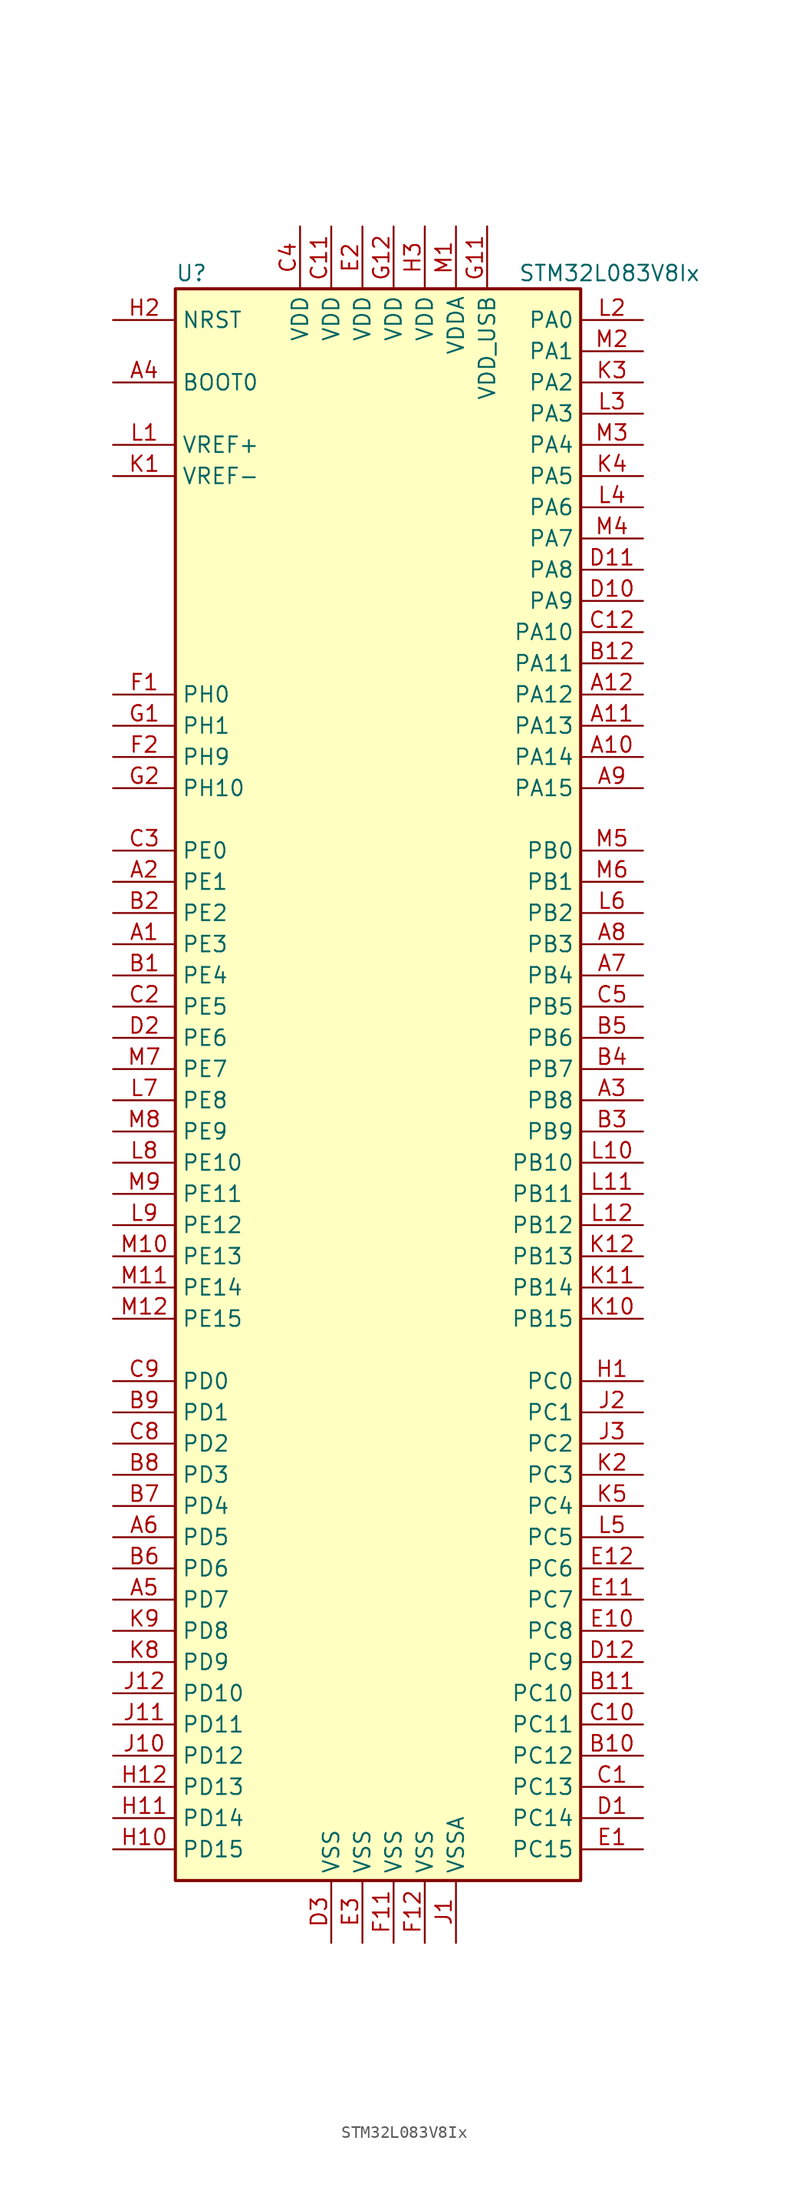
<source format=kicad_sym>
(kicad_symbol_lib
  (version 20201005)
  (generator kicad_symbol_editor)
  (symbol "MCU_ST_STM32L0:STM32L083V8Ix"
    (property "Reference" "U"
      (at -17.78 64.77 0)
      (effects (font (size 1.27 1.27)) (justify left)))
    (property "Value" "STM32L083V8Ix"
      (at 10.16 64.77 0)
      (effects (font (size 1.27 1.27)) (justify left)))
    (symbol "STM32L083V8Ix_0_1"
      (rectangle (start -17.78 -66.04) (end 15.24 63.5) (stroke (width 0.254)) (fill (type background))))
    (symbol "STM32L083V8Ix_1_1"
      (pin input line (at -22.86 55.88 0) (length 5.08) (name "BOOT0" (effects (font (size 1.27 1.27)))) (number "A4" (effects (font (size 1.27 1.27)))))
      (pin input line (at -22.86 60.96 0) (length 5.08) (name "NRST" (effects (font (size 1.27 1.27)))) (number "H2" (effects (font (size 1.27 1.27)))))
      (pin bidirectional line (at 20.32 60.96 180) (length 5.08) (name "PA0" (effects (font (size 1.27 1.27)))) (number "L2" (effects (font (size 1.27 1.27)))))
      (pin bidirectional line (at 20.32 58.42 180) (length 5.08) (name "PA1" (effects (font (size 1.27 1.27)))) (number "M2" (effects (font (size 1.27 1.27)))))
      (pin bidirectional line (at 20.32 35.56 180) (length 5.08) (name "PA10" (effects (font (size 1.27 1.27)))) (number "C12" (effects (font (size 1.27 1.27)))))
      (pin bidirectional line (at 20.32 33.02 180) (length 5.08) (name "PA11" (effects (font (size 1.27 1.27)))) (number "B12" (effects (font (size 1.27 1.27)))))
      (pin bidirectional line (at 20.32 30.48 180) (length 5.08) (name "PA12" (effects (font (size 1.27 1.27)))) (number "A12" (effects (font (size 1.27 1.27)))))
      (pin bidirectional line (at 20.32 27.94 180) (length 5.08) (name "PA13" (effects (font (size 1.27 1.27)))) (number "A11" (effects (font (size 1.27 1.27)))))
      (pin bidirectional line (at 20.32 25.4 180) (length 5.08) (name "PA14" (effects (font (size 1.27 1.27)))) (number "A10" (effects (font (size 1.27 1.27)))))
      (pin bidirectional line (at 20.32 22.86 180) (length 5.08) (name "PA15" (effects (font (size 1.27 1.27)))) (number "A9" (effects (font (size 1.27 1.27)))))
      (pin bidirectional line (at 20.32 55.88 180) (length 5.08) (name "PA2" (effects (font (size 1.27 1.27)))) (number "K3" (effects (font (size 1.27 1.27)))))
      (pin bidirectional line (at 20.32 53.34 180) (length 5.08) (name "PA3" (effects (font (size 1.27 1.27)))) (number "L3" (effects (font (size 1.27 1.27)))))
      (pin bidirectional line (at 20.32 50.8 180) (length 5.08) (name "PA4" (effects (font (size 1.27 1.27)))) (number "M3" (effects (font (size 1.27 1.27)))))
      (pin bidirectional line (at 20.32 48.26 180) (length 5.08) (name "PA5" (effects (font (size 1.27 1.27)))) (number "K4" (effects (font (size 1.27 1.27)))))
      (pin bidirectional line (at 20.32 45.72 180) (length 5.08) (name "PA6" (effects (font (size 1.27 1.27)))) (number "L4" (effects (font (size 1.27 1.27)))))
      (pin bidirectional line (at 20.32 43.18 180) (length 5.08) (name "PA7" (effects (font (size 1.27 1.27)))) (number "M4" (effects (font (size 1.27 1.27)))))
      (pin bidirectional line (at 20.32 40.64 180) (length 5.08) (name "PA8" (effects (font (size 1.27 1.27)))) (number "D11" (effects (font (size 1.27 1.27)))))
      (pin bidirectional line (at 20.32 38.1 180) (length 5.08) (name "PA9" (effects (font (size 1.27 1.27)))) (number "D10" (effects (font (size 1.27 1.27)))))
      (pin bidirectional line (at 20.32 17.78 180) (length 5.08) (name "PB0" (effects (font (size 1.27 1.27)))) (number "M5" (effects (font (size 1.27 1.27)))))
      (pin bidirectional line (at 20.32 15.24 180) (length 5.08) (name "PB1" (effects (font (size 1.27 1.27)))) (number "M6" (effects (font (size 1.27 1.27)))))
      (pin bidirectional line (at 20.32 -7.62 180) (length 5.08) (name "PB10" (effects (font (size 1.27 1.27)))) (number "L10" (effects (font (size 1.27 1.27)))))
      (pin bidirectional line (at 20.32 -10.16 180) (length 5.08) (name "PB11" (effects (font (size 1.27 1.27)))) (number "L11" (effects (font (size 1.27 1.27)))))
      (pin bidirectional line (at 20.32 -12.7 180) (length 5.08) (name "PB12" (effects (font (size 1.27 1.27)))) (number "L12" (effects (font (size 1.27 1.27)))))
      (pin bidirectional line (at 20.32 -15.24 180) (length 5.08) (name "PB13" (effects (font (size 1.27 1.27)))) (number "K12" (effects (font (size 1.27 1.27)))))
      (pin bidirectional line (at 20.32 -17.78 180) (length 5.08) (name "PB14" (effects (font (size 1.27 1.27)))) (number "K11" (effects (font (size 1.27 1.27)))))
      (pin bidirectional line (at 20.32 -20.32 180) (length 5.08) (name "PB15" (effects (font (size 1.27 1.27)))) (number "K10" (effects (font (size 1.27 1.27)))))
      (pin bidirectional line (at 20.32 12.7 180) (length 5.08) (name "PB2" (effects (font (size 1.27 1.27)))) (number "L6" (effects (font (size 1.27 1.27)))))
      (pin bidirectional line (at 20.32 10.16 180) (length 5.08) (name "PB3" (effects (font (size 1.27 1.27)))) (number "A8" (effects (font (size 1.27 1.27)))))
      (pin bidirectional line (at 20.32 7.62 180) (length 5.08) (name "PB4" (effects (font (size 1.27 1.27)))) (number "A7" (effects (font (size 1.27 1.27)))))
      (pin bidirectional line (at 20.32 5.08 180) (length 5.08) (name "PB5" (effects (font (size 1.27 1.27)))) (number "C5" (effects (font (size 1.27 1.27)))))
      (pin bidirectional line (at 20.32 2.54 180) (length 5.08) (name "PB6" (effects (font (size 1.27 1.27)))) (number "B5" (effects (font (size 1.27 1.27)))))
      (pin bidirectional line (at 20.32 0 180) (length 5.08) (name "PB7" (effects (font (size 1.27 1.27)))) (number "B4" (effects (font (size 1.27 1.27)))))
      (pin bidirectional line (at 20.32 -2.54 180) (length 5.08) (name "PB8" (effects (font (size 1.27 1.27)))) (number "A3" (effects (font (size 1.27 1.27)))))
      (pin bidirectional line (at 20.32 -5.08 180) (length 5.08) (name "PB9" (effects (font (size 1.27 1.27)))) (number "B3" (effects (font (size 1.27 1.27)))))
      (pin bidirectional line (at 20.32 -25.4 180) (length 5.08) (name "PC0" (effects (font (size 1.27 1.27)))) (number "H1" (effects (font (size 1.27 1.27)))))
      (pin bidirectional line (at 20.32 -27.94 180) (length 5.08) (name "PC1" (effects (font (size 1.27 1.27)))) (number "J2" (effects (font (size 1.27 1.27)))))
      (pin bidirectional line (at 20.32 -50.8 180) (length 5.08) (name "PC10" (effects (font (size 1.27 1.27)))) (number "B11" (effects (font (size 1.27 1.27)))))
      (pin bidirectional line (at 20.32 -53.34 180) (length 5.08) (name "PC11" (effects (font (size 1.27 1.27)))) (number "C10" (effects (font (size 1.27 1.27)))))
      (pin bidirectional line (at 20.32 -55.88 180) (length 5.08) (name "PC12" (effects (font (size 1.27 1.27)))) (number "B10" (effects (font (size 1.27 1.27)))))
      (pin bidirectional line (at 20.32 -58.42 180) (length 5.08) (name "PC13" (effects (font (size 1.27 1.27)))) (number "C1" (effects (font (size 1.27 1.27)))))
      (pin bidirectional line (at 20.32 -60.96 180) (length 5.08) (name "PC14" (effects (font (size 1.27 1.27)))) (number "D1" (effects (font (size 1.27 1.27)))))
      (pin bidirectional line (at 20.32 -63.5 180) (length 5.08) (name "PC15" (effects (font (size 1.27 1.27)))) (number "E1" (effects (font (size 1.27 1.27)))))
      (pin bidirectional line (at 20.32 -30.48 180) (length 5.08) (name "PC2" (effects (font (size 1.27 1.27)))) (number "J3" (effects (font (size 1.27 1.27)))))
      (pin bidirectional line (at 20.32 -33.02 180) (length 5.08) (name "PC3" (effects (font (size 1.27 1.27)))) (number "K2" (effects (font (size 1.27 1.27)))))
      (pin bidirectional line (at 20.32 -35.56 180) (length 5.08) (name "PC4" (effects (font (size 1.27 1.27)))) (number "K5" (effects (font (size 1.27 1.27)))))
      (pin bidirectional line (at 20.32 -38.1 180) (length 5.08) (name "PC5" (effects (font (size 1.27 1.27)))) (number "L5" (effects (font (size 1.27 1.27)))))
      (pin bidirectional line (at 20.32 -40.64 180) (length 5.08) (name "PC6" (effects (font (size 1.27 1.27)))) (number "E12" (effects (font (size 1.27 1.27)))))
      (pin bidirectional line (at 20.32 -43.18 180) (length 5.08) (name "PC7" (effects (font (size 1.27 1.27)))) (number "E11" (effects (font (size 1.27 1.27)))))
      (pin bidirectional line (at 20.32 -45.72 180) (length 5.08) (name "PC8" (effects (font (size 1.27 1.27)))) (number "E10" (effects (font (size 1.27 1.27)))))
      (pin bidirectional line (at 20.32 -48.26 180) (length 5.08) (name "PC9" (effects (font (size 1.27 1.27)))) (number "D12" (effects (font (size 1.27 1.27)))))
      (pin bidirectional line (at -22.86 -25.4 0) (length 5.08) (name "PD0" (effects (font (size 1.27 1.27)))) (number "C9" (effects (font (size 1.27 1.27)))))
      (pin bidirectional line (at -22.86 -27.94 0) (length 5.08) (name "PD1" (effects (font (size 1.27 1.27)))) (number "B9" (effects (font (size 1.27 1.27)))))
      (pin bidirectional line (at -22.86 -50.8 0) (length 5.08) (name "PD10" (effects (font (size 1.27 1.27)))) (number "J12" (effects (font (size 1.27 1.27)))))
      (pin bidirectional line (at -22.86 -53.34 0) (length 5.08) (name "PD11" (effects (font (size 1.27 1.27)))) (number "J11" (effects (font (size 1.27 1.27)))))
      (pin bidirectional line (at -22.86 -55.88 0) (length 5.08) (name "PD12" (effects (font (size 1.27 1.27)))) (number "J10" (effects (font (size 1.27 1.27)))))
      (pin bidirectional line (at -22.86 -58.42 0) (length 5.08) (name "PD13" (effects (font (size 1.27 1.27)))) (number "H12" (effects (font (size 1.27 1.27)))))
      (pin bidirectional line (at -22.86 -60.96 0) (length 5.08) (name "PD14" (effects (font (size 1.27 1.27)))) (number "H11" (effects (font (size 1.27 1.27)))))
      (pin bidirectional line (at -22.86 -63.5 0) (length 5.08) (name "PD15" (effects (font (size 1.27 1.27)))) (number "H10" (effects (font (size 1.27 1.27)))))
      (pin bidirectional line (at -22.86 -30.48 0) (length 5.08) (name "PD2" (effects (font (size 1.27 1.27)))) (number "C8" (effects (font (size 1.27 1.27)))))
      (pin bidirectional line (at -22.86 -33.02 0) (length 5.08) (name "PD3" (effects (font (size 1.27 1.27)))) (number "B8" (effects (font (size 1.27 1.27)))))
      (pin bidirectional line (at -22.86 -35.56 0) (length 5.08) (name "PD4" (effects (font (size 1.27 1.27)))) (number "B7" (effects (font (size 1.27 1.27)))))
      (pin bidirectional line (at -22.86 -38.1 0) (length 5.08) (name "PD5" (effects (font (size 1.27 1.27)))) (number "A6" (effects (font (size 1.27 1.27)))))
      (pin bidirectional line (at -22.86 -40.64 0) (length 5.08) (name "PD6" (effects (font (size 1.27 1.27)))) (number "B6" (effects (font (size 1.27 1.27)))))
      (pin bidirectional line (at -22.86 -43.18 0) (length 5.08) (name "PD7" (effects (font (size 1.27 1.27)))) (number "A5" (effects (font (size 1.27 1.27)))))
      (pin bidirectional line (at -22.86 -45.72 0) (length 5.08) (name "PD8" (effects (font (size 1.27 1.27)))) (number "K9" (effects (font (size 1.27 1.27)))))
      (pin bidirectional line (at -22.86 -48.26 0) (length 5.08) (name "PD9" (effects (font (size 1.27 1.27)))) (number "K8" (effects (font (size 1.27 1.27)))))
      (pin bidirectional line (at -22.86 17.78 0) (length 5.08) (name "PE0" (effects (font (size 1.27 1.27)))) (number "C3" (effects (font (size 1.27 1.27)))))
      (pin bidirectional line (at -22.86 15.24 0) (length 5.08) (name "PE1" (effects (font (size 1.27 1.27)))) (number "A2" (effects (font (size 1.27 1.27)))))
      (pin bidirectional line (at -22.86 -7.62 0) (length 5.08) (name "PE10" (effects (font (size 1.27 1.27)))) (number "L8" (effects (font (size 1.27 1.27)))))
      (pin bidirectional line (at -22.86 -10.16 0) (length 5.08) (name "PE11" (effects (font (size 1.27 1.27)))) (number "M9" (effects (font (size 1.27 1.27)))))
      (pin bidirectional line (at -22.86 -12.7 0) (length 5.08) (name "PE12" (effects (font (size 1.27 1.27)))) (number "L9" (effects (font (size 1.27 1.27)))))
      (pin bidirectional line (at -22.86 -15.24 0) (length 5.08) (name "PE13" (effects (font (size 1.27 1.27)))) (number "M10" (effects (font (size 1.27 1.27)))))
      (pin bidirectional line (at -22.86 -17.78 0) (length 5.08) (name "PE14" (effects (font (size 1.27 1.27)))) (number "M11" (effects (font (size 1.27 1.27)))))
      (pin bidirectional line (at -22.86 -20.32 0) (length 5.08) (name "PE15" (effects (font (size 1.27 1.27)))) (number "M12" (effects (font (size 1.27 1.27)))))
      (pin bidirectional line (at -22.86 12.7 0) (length 5.08) (name "PE2" (effects (font (size 1.27 1.27)))) (number "B2" (effects (font (size 1.27 1.27)))))
      (pin bidirectional line (at -22.86 10.16 0) (length 5.08) (name "PE3" (effects (font (size 1.27 1.27)))) (number "A1" (effects (font (size 1.27 1.27)))))
      (pin bidirectional line (at -22.86 7.62 0) (length 5.08) (name "PE4" (effects (font (size 1.27 1.27)))) (number "B1" (effects (font (size 1.27 1.27)))))
      (pin bidirectional line (at -22.86 5.08 0) (length 5.08) (name "PE5" (effects (font (size 1.27 1.27)))) (number "C2" (effects (font (size 1.27 1.27)))))
      (pin bidirectional line (at -22.86 2.54 0) (length 5.08) (name "PE6" (effects (font (size 1.27 1.27)))) (number "D2" (effects (font (size 1.27 1.27)))))
      (pin bidirectional line (at -22.86 0 0) (length 5.08) (name "PE7" (effects (font (size 1.27 1.27)))) (number "M7" (effects (font (size 1.27 1.27)))))
      (pin bidirectional line (at -22.86 -2.54 0) (length 5.08) (name "PE8" (effects (font (size 1.27 1.27)))) (number "L7" (effects (font (size 1.27 1.27)))))
      (pin bidirectional line (at -22.86 -5.08 0) (length 5.08) (name "PE9" (effects (font (size 1.27 1.27)))) (number "M8" (effects (font (size 1.27 1.27)))))
      (pin input line (at -22.86 30.48 0) (length 5.08) (name "PH0" (effects (font (size 1.27 1.27)))) (number "F1" (effects (font (size 1.27 1.27)))))
      (pin input line (at -22.86 27.94 0) (length 5.08) (name "PH1" (effects (font (size 1.27 1.27)))) (number "G1" (effects (font (size 1.27 1.27)))))
      (pin bidirectional line (at -22.86 22.86 0) (length 5.08) (name "PH10" (effects (font (size 1.27 1.27)))) (number "G2" (effects (font (size 1.27 1.27)))))
      (pin bidirectional line (at -22.86 25.4 0) (length 5.08) (name "PH9" (effects (font (size 1.27 1.27)))) (number "F2" (effects (font (size 1.27 1.27)))))
      (pin power_in line (at -5.08 68.58 270) (length 5.08) (name "VDD" (effects (font (size 1.27 1.27)))) (number "C11" (effects (font (size 1.27 1.27)))))
      (pin power_in line (at -7.62 68.58 270) (length 5.08) (name "VDD" (effects (font (size 1.27 1.27)))) (number "C4" (effects (font (size 1.27 1.27)))))
      (pin power_in line (at -2.54 68.58 270) (length 5.08) (name "VDD" (effects (font (size 1.27 1.27)))) (number "E2" (effects (font (size 1.27 1.27)))))
      (pin power_in line (at 0 68.58 270) (length 5.08) (name "VDD" (effects (font (size 1.27 1.27)))) (number "G12" (effects (font (size 1.27 1.27)))))
      (pin power_in line (at 2.54 68.58 270) (length 5.08) (name "VDD" (effects (font (size 1.27 1.27)))) (number "H3" (effects (font (size 1.27 1.27)))))
      (pin power_in line (at 5.08 68.58 270) (length 5.08) (name "VDDA" (effects (font (size 1.27 1.27)))) (number "M1" (effects (font (size 1.27 1.27)))))
      (pin power_in line (at 7.62 68.58 270) (length 5.08) (name "VDD_USB" (effects (font (size 1.27 1.27)))) (number "G11" (effects (font (size 1.27 1.27)))))
      (pin power_in line (at -22.86 50.8 0) (length 5.08) (name "VREF+" (effects (font (size 1.27 1.27)))) (number "L1" (effects (font (size 1.27 1.27)))))
      (pin power_in line (at -22.86 48.26 0) (length 5.08) (name "VREF-" (effects (font (size 1.27 1.27)))) (number "K1" (effects (font (size 1.27 1.27)))))
      (pin power_in line (at -5.08 -71.12 90) (length 5.08) (name "VSS" (effects (font (size 1.27 1.27)))) (number "D3" (effects (font (size 1.27 1.27)))))
      (pin power_in line (at -2.54 -71.12 90) (length 5.08) (name "VSS" (effects (font (size 1.27 1.27)))) (number "E3" (effects (font (size 1.27 1.27)))))
      (pin power_in line (at 0 -71.12 90) (length 5.08) (name "VSS" (effects (font (size 1.27 1.27)))) (number "F11" (effects (font (size 1.27 1.27)))))
      (pin power_in line (at 2.54 -71.12 90) (length 5.08) (name "VSS" (effects (font (size 1.27 1.27)))) (number "F12" (effects (font (size 1.27 1.27)))))
      (pin power_in line (at 5.08 -71.12 90) (length 5.08) (name "VSSA" (effects (font (size 1.27 1.27)))) (number "J1" (effects (font (size 1.27 1.27))))))))
</source>
